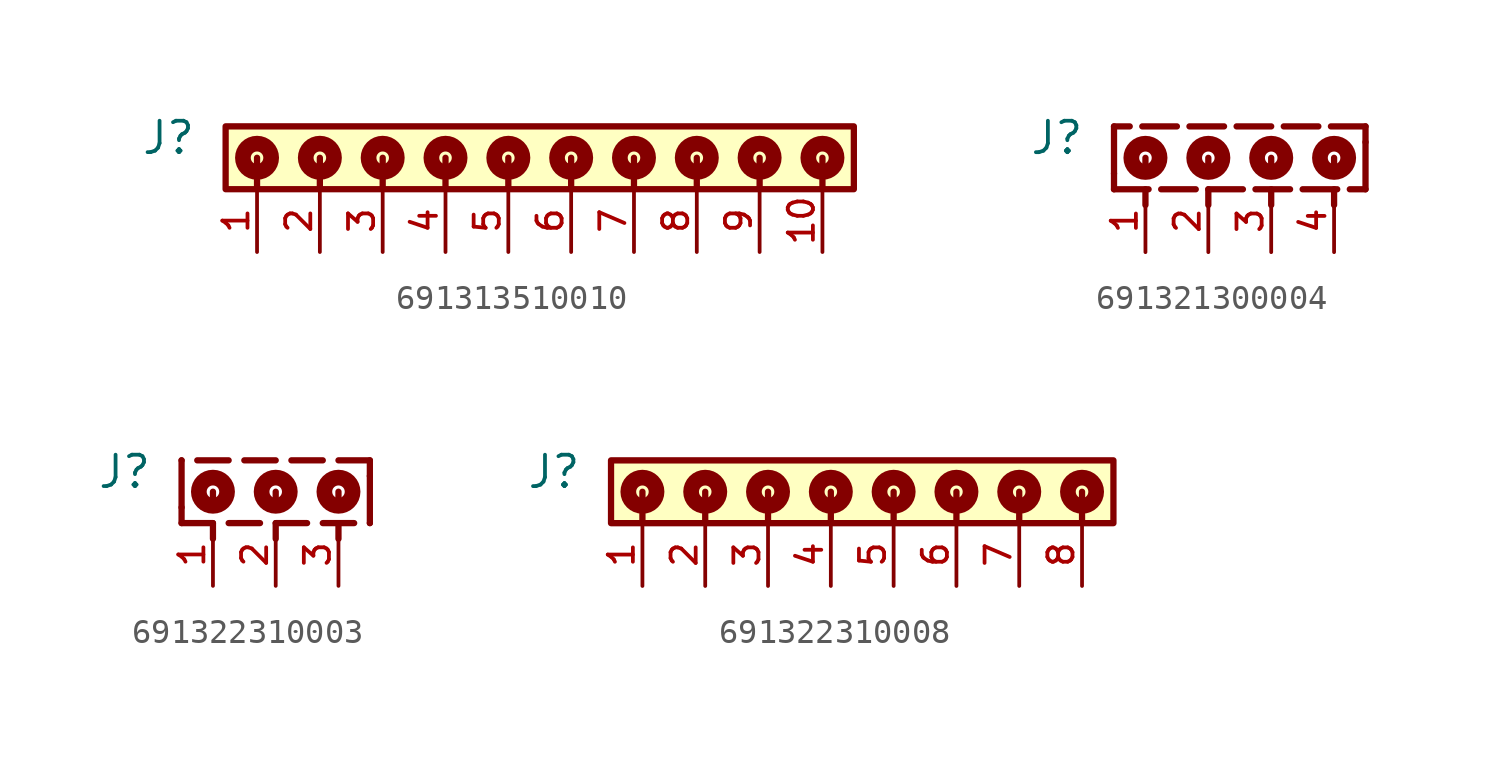
<source format=kicad_sym>
(kicad_symbol_lib
  (version 20241209)
  (generator "kicad_symbol_editor")
  (generator_version "9.0")
  (symbol "691313510010"
    (pin_names
      (offset 1.016))
    (property "Reference" "J"
      (at -12.61 -1.205 0)
      (effects (font (size 1.27 1.27)) (justify right bottom)))
    (symbol "691313510010_0_0"
      (rectangle (start -11.43 -2.54) (end 13.97 0) (stroke (width 0.254) (type default)) (fill (type background)))
      (circle (center -10.16 -1.27) (radius 0.254) (stroke (width 0.635) (type default)) (fill (type none)))
      (polyline (pts (xy -10.16 -1.27) (xy -10.16 -2.54)) (stroke (width 0.254) (type default)) (fill (type none)))
      (circle (center -7.62 -1.27) (radius 0.254) (stroke (width 0.635) (type default)) (fill (type none)))
      (polyline (pts (xy -7.62 -1.27) (xy -7.62 -2.54)) (stroke (width 0.254) (type default)) (fill (type none)))
      (circle (center -5.08 -1.27) (radius 0.254) (stroke (width 0.635) (type default)) (fill (type none)))
      (polyline (pts (xy -5.08 -1.27) (xy -5.08 -2.54)) (stroke (width 0.254) (type default)) (fill (type none)))
      (circle (center -2.54 -1.27) (radius 0.254) (stroke (width 0.635) (type default)) (fill (type none)))
      (polyline (pts (xy -2.54 -1.27) (xy -2.54 -2.54)) (stroke (width 0.254) (type default)) (fill (type none)))
      (polyline (pts (xy 0 -1.27) (xy 0 -2.54)) (stroke (width 0.254) (type default)) (fill (type none)))
      (circle (center 0 -1.27) (radius 0.254) (stroke (width 0.635) (type default)) (fill (type none)))
      (polyline (pts (xy 2.54 -1.27) (xy 2.54 -2.54)) (stroke (width 0.254) (type default)) (fill (type none)))
      (circle (center 2.54 -1.27) (radius 0.254) (stroke (width 0.635) (type default)) (fill (type none)))
      (polyline (pts (xy 5.08 -1.27) (xy 5.08 -2.54)) (stroke (width 0.254) (type default)) (fill (type none)))
      (circle (center 5.08 -1.27) (radius 0.254) (stroke (width 0.635) (type default)) (fill (type none)))
      (polyline (pts (xy 7.62 -1.27) (xy 7.62 -2.54)) (stroke (width 0.254) (type default)) (fill (type none)))
      (circle (center 7.62 -1.27) (radius 0.254) (stroke (width 0.635) (type default)) (fill (type none)))
      (polyline (pts (xy 10.16 -1.27) (xy 10.16 -2.54)) (stroke (width 0.254) (type default)) (fill (type none)))
      (circle (center 10.16 -1.27) (radius 0.254) (stroke (width 0.635) (type default)) (fill (type none)))
      (polyline (pts (xy 12.7 -1.27) (xy 12.7 -2.54)) (stroke (width 0.254) (type default)) (fill (type none)))
      (circle (center 12.7 -1.27) (radius 0.254) (stroke (width 0.635) (type default)) (fill (type none)))
      (pin passive line (at -10.16 -5.08 90) (length 2.54) (name "~" (effects (font (size 1.016 1.016)))) (number "1" (effects (font (size 1.016 1.016)))))
      (pin passive line (at -7.62 -5.08 90) (length 2.54) (name "~" (effects (font (size 1.016 1.016)))) (number "2" (effects (font (size 1.016 1.016)))))
      (pin passive line (at -5.08 -5.08 90) (length 2.54) (name "~" (effects (font (size 1.016 1.016)))) (number "3" (effects (font (size 1.016 1.016)))))
      (pin passive line (at -2.54 -5.08 90) (length 2.54) (name "~" (effects (font (size 1.016 1.016)))) (number "4" (effects (font (size 1.016 1.016)))))
      (pin passive line (at 0 -5.08 90) (length 2.54) (name "~" (effects (font (size 1.016 1.016)))) (number "5" (effects (font (size 1.016 1.016)))))
      (pin passive line (at 2.54 -5.08 90) (length 2.54) (name "~" (effects (font (size 1.016 1.016)))) (number "6" (effects (font (size 1.016 1.016)))))
      (pin passive line (at 5.08 -5.08 90) (length 2.54) (name "~" (effects (font (size 1.016 1.016)))) (number "7" (effects (font (size 1.016 1.016)))))
      (pin passive line (at 7.62 -5.08 90) (length 2.54) (name "~" (effects (font (size 1.016 1.016)))) (number "8" (effects (font (size 1.016 1.016)))))
      (pin passive line (at 10.16 -5.08 90) (length 2.54) (name "~" (effects (font (size 1.016 1.016)))) (number "9" (effects (font (size 1.016 1.016)))))
      (pin passive line (at 12.7 -5.08 90) (length 2.54) (name "~" (effects (font (size 1.016 1.016)))) (number "10" (effects (font (size 1.016 1.016)))))))
  (symbol "691321300004"
    (pin_names
      (offset 1.016))
    (property "Reference" "J"
      (at -7.53 -1.205 0)
      (effects (font (size 1.27 1.27)) (justify right bottom)))
    (symbol "691321300004_0_0"
      (polyline (pts (xy -6.35 0) (xy -6.35 -1.905)) (stroke (width 0.254) (type default)) (fill (type none)))
      (polyline (pts (xy -6.35 -1.905) (xy -6.35 -2.54)) (stroke (width 0.254) (type default)) (fill (type none)))
      (polyline (pts (xy -6.35 -2.54) (xy -4.953 -2.54)) (stroke (width 0.254) (type default)) (fill (type none)))
      (polyline (pts (xy -5.715 0) (xy -6.35 0)) (stroke (width 0.254) (type default)) (fill (type none)))
      (circle (center -5.08 -1.27) (radius 0.254) (stroke (width 0.635) (type default)) (fill (type none)))
      (polyline (pts (xy -5.08 -1.27) (xy -5.08 -1.905)) (stroke (width 0.254) (type default)) (fill (type none)))
      (polyline (pts (xy -5.08 -3.175) (xy -5.08 -2.54)) (stroke (width 0.254) (type default)) (fill (type none)))
      (polyline (pts (xy -4.445 -2.54) (xy -3.048 -2.54)) (stroke (width 0.254) (type default)) (fill (type none)))
      (polyline (pts (xy -3.81 0) (xy -5.207 0)) (stroke (width 0.254) (type default)) (fill (type none)))
      (circle (center -2.54 -1.27) (radius 0.254) (stroke (width 0.635) (type default)) (fill (type none)))
      (polyline (pts (xy -2.54 -1.27) (xy -2.54 -1.905)) (stroke (width 0.254) (type default)) (fill (type none)))
      (polyline (pts (xy -2.54 -2.54) (xy -1.143 -2.54)) (stroke (width 0.254) (type default)) (fill (type none)))
      (polyline (pts (xy -2.54 -3.175) (xy -2.54 -2.54)) (stroke (width 0.254) (type default)) (fill (type none)))
      (polyline (pts (xy -1.905 0) (xy -3.302 0)) (stroke (width 0.254) (type default)) (fill (type none)))
      (polyline (pts (xy -0.635 -2.54) (xy 0.762 -2.54)) (stroke (width 0.254) (type default)) (fill (type none)))
      (polyline (pts (xy 0 0) (xy -1.397 0)) (stroke (width 0.254) (type default)) (fill (type none)))
      (polyline (pts (xy 0 -1.27) (xy 0 -1.905)) (stroke (width 0.254) (type default)) (fill (type none)))
      (circle (center 0 -1.27) (radius 0.254) (stroke (width 0.635) (type default)) (fill (type none)))
      (polyline (pts (xy 0 -3.175) (xy 0 -2.54)) (stroke (width 0.254) (type default)) (fill (type none)))
      (polyline (pts (xy 1.27 -2.54) (xy 2.667 -2.54)) (stroke (width 0.254) (type default)) (fill (type none)))
      (polyline (pts (xy 1.905 0) (xy 0.508 0)) (stroke (width 0.254) (type default)) (fill (type none)))
      (polyline (pts (xy 2.54 -1.27) (xy 2.54 -1.905)) (stroke (width 0.254) (type default)) (fill (type none)))
      (circle (center 2.54 -1.27) (radius 0.254) (stroke (width 0.635) (type default)) (fill (type none)))
      (polyline (pts (xy 2.54 -3.175) (xy 2.54 -2.54)) (stroke (width 0.254) (type default)) (fill (type none)))
      (polyline (pts (xy 3.175 -2.54) (xy 3.81 -2.54)) (stroke (width 0.254) (type default)) (fill (type none)))
      (polyline (pts (xy 3.81 0) (xy 2.413 0)) (stroke (width 0.254) (type default)) (fill (type none)))
      (polyline (pts (xy 3.81 -0.635) (xy 3.81 0)) (stroke (width 0.254) (type default)) (fill (type none)))
      (polyline (pts (xy 3.81 -2.54) (xy 3.81 -0.635)) (stroke (width 0.254) (type default)) (fill (type none)))
      (pin passive line (at -5.08 -5.08 90) (length 2.54) (name "~" (effects (font (size 1.016 1.016)))) (number "1" (effects (font (size 1.016 1.016)))))
      (pin passive line (at -2.54 -5.08 90) (length 2.54) (name "~" (effects (font (size 1.016 1.016)))) (number "2" (effects (font (size 1.016 1.016)))))
      (pin passive line (at 0 -5.08 90) (length 2.54) (name "~" (effects (font (size 1.016 1.016)))) (number "3" (effects (font (size 1.016 1.016)))))
      (pin passive line (at 2.54 -5.08 90) (length 2.54) (name "~" (effects (font (size 1.016 1.016)))) (number "4" (effects (font (size 1.016 1.016)))))))
  (symbol "691322310003"
    (pin_names
      (offset 1.016))
    (property "Reference" "J"
      (at -4.99 -1.205 0)
      (effects (font (size 1.27 1.27)) (justify right bottom)))
    (symbol "691322310003_0_0"
      (polyline (pts (xy -3.81 0) (xy -3.81 0)) (stroke (width 0.254) (type default)) (fill (type none)))
      (polyline (pts (xy -3.81 0) (xy -3.81 -1.905)) (stroke (width 0.254) (type default)) (fill (type none)))
      (polyline (pts (xy -3.81 -1.905) (xy -3.81 -2.54)) (stroke (width 0.254) (type default)) (fill (type none)))
      (polyline (pts (xy -3.81 -2.54) (xy -2.54 -2.54)) (stroke (width 0.254) (type default)) (fill (type none)))
      (circle (center -2.54 -1.27) (radius 0.254) (stroke (width 0.635) (type default)) (fill (type none)))
      (polyline (pts (xy -2.54 -1.27) (xy -2.54 -1.905)) (stroke (width 0.254) (type default)) (fill (type none)))
      (polyline (pts (xy -2.54 -3.175) (xy -2.54 -2.54)) (stroke (width 0.254) (type default)) (fill (type none)))
      (polyline (pts (xy -1.905 0) (xy -3.175 0)) (stroke (width 0.254) (type default)) (fill (type none)))
      (polyline (pts (xy -1.905 -2.54) (xy -0.635 -2.54)) (stroke (width 0.254) (type default)) (fill (type none)))
      (polyline (pts (xy 0 0) (xy -1.27 0)) (stroke (width 0.254) (type default)) (fill (type none)))
      (polyline (pts (xy 0 -1.27) (xy 0 -1.905)) (stroke (width 0.254) (type default)) (fill (type none)))
      (circle (center 0 -1.27) (radius 0.254) (stroke (width 0.635) (type default)) (fill (type none)))
      (polyline (pts (xy 0 -2.54) (xy 1.27 -2.54)) (stroke (width 0.254) (type default)) (fill (type none)))
      (polyline (pts (xy 0 -3.175) (xy 0 -2.54)) (stroke (width 0.254) (type default)) (fill (type none)))
      (polyline (pts (xy 1.905 0) (xy 0.635 0)) (stroke (width 0.254) (type default)) (fill (type none)))
      (polyline (pts (xy 1.905 -2.54) (xy 3.175 -2.54)) (stroke (width 0.254) (type default)) (fill (type none)))
      (polyline (pts (xy 2.54 -1.27) (xy 2.54 -1.905)) (stroke (width 0.254) (type default)) (fill (type none)))
      (circle (center 2.54 -1.27) (radius 0.254) (stroke (width 0.635) (type default)) (fill (type none)))
      (polyline (pts (xy 2.54 -3.175) (xy 2.54 -2.54)) (stroke (width 0.254) (type default)) (fill (type none)))
      (polyline (pts (xy 3.81 0) (xy 2.54 0)) (stroke (width 0.254) (type default)) (fill (type none)))
      (polyline (pts (xy 3.81 -0.635) (xy 3.81 0)) (stroke (width 0.254) (type default)) (fill (type none)))
      (polyline (pts (xy 3.81 -2.54) (xy 3.81 -0.635)) (stroke (width 0.254) (type default)) (fill (type none)))
      (polyline (pts (xy 3.81 -2.54) (xy 3.81 -2.54)) (stroke (width 0.254) (type default)) (fill (type none)))
      (pin passive line (at -2.54 -5.08 90) (length 2.54) (name "~" (effects (font (size 1.016 1.016)))) (number "1" (effects (font (size 1.016 1.016)))))
      (pin passive line (at 0 -5.08 90) (length 2.54) (name "~" (effects (font (size 1.016 1.016)))) (number "2" (effects (font (size 1.016 1.016)))))
      (pin passive line (at 2.54 -5.08 90) (length 2.54) (name "~" (effects (font (size 1.016 1.016)))) (number "3" (effects (font (size 1.016 1.016)))))))
  (symbol "691322310008"
    (pin_names
      (offset 1.016))
    (property "Reference" "J"
      (at -10.07 -1.205 0)
      (effects (font (size 1.27 1.27)) (justify right bottom)))
    (symbol "691322310008_0_0"
      (rectangle (start -8.89 -2.54) (end 11.43 0) (stroke (width 0.254) (type default)) (fill (type background)))
      (circle (center -7.62 -1.27) (radius 0.254) (stroke (width 0.635) (type default)) (fill (type none)))
      (polyline (pts (xy -7.62 -1.27) (xy -7.62 -2.54)) (stroke (width 0.254) (type default)) (fill (type none)))
      (circle (center -5.08 -1.27) (radius 0.254) (stroke (width 0.635) (type default)) (fill (type none)))
      (polyline (pts (xy -5.08 -1.27) (xy -5.08 -2.54)) (stroke (width 0.254) (type default)) (fill (type none)))
      (circle (center -2.54 -1.27) (radius 0.254) (stroke (width 0.635) (type default)) (fill (type none)))
      (polyline (pts (xy -2.54 -1.27) (xy -2.54 -2.54)) (stroke (width 0.254) (type default)) (fill (type none)))
      (polyline (pts (xy 0 -1.27) (xy 0 -2.54)) (stroke (width 0.254) (type default)) (fill (type none)))
      (circle (center 0 -1.27) (radius 0.254) (stroke (width 0.635) (type default)) (fill (type none)))
      (polyline (pts (xy 2.54 -1.27) (xy 2.54 -2.54)) (stroke (width 0.254) (type default)) (fill (type none)))
      (circle (center 2.54 -1.27) (radius 0.254) (stroke (width 0.635) (type default)) (fill (type none)))
      (polyline (pts (xy 5.08 -1.27) (xy 5.08 -2.54)) (stroke (width 0.254) (type default)) (fill (type none)))
      (circle (center 5.08 -1.27) (radius 0.254) (stroke (width 0.635) (type default)) (fill (type none)))
      (polyline (pts (xy 7.62 -1.27) (xy 7.62 -2.54)) (stroke (width 0.254) (type default)) (fill (type none)))
      (circle (center 7.62 -1.27) (radius 0.254) (stroke (width 0.635) (type default)) (fill (type none)))
      (polyline (pts (xy 10.16 -1.27) (xy 10.16 -2.54)) (stroke (width 0.254) (type default)) (fill (type none)))
      (circle (center 10.16 -1.27) (radius 0.254) (stroke (width 0.635) (type default)) (fill (type none)))
      (pin passive line (at -7.62 -5.08 90) (length 2.54) (name "~" (effects (font (size 1.016 1.016)))) (number "1" (effects (font (size 1.016 1.016)))))
      (pin passive line (at -5.08 -5.08 90) (length 2.54) (name "~" (effects (font (size 1.016 1.016)))) (number "2" (effects (font (size 1.016 1.016)))))
      (pin passive line (at -2.54 -5.08 90) (length 2.54) (name "~" (effects (font (size 1.016 1.016)))) (number "3" (effects (font (size 1.016 1.016)))))
      (pin passive line (at 0 -5.08 90) (length 2.54) (name "~" (effects (font (size 1.016 1.016)))) (number "4" (effects (font (size 1.016 1.016)))))
      (pin passive line (at 2.54 -5.08 90) (length 2.54) (name "~" (effects (font (size 1.016 1.016)))) (number "5" (effects (font (size 1.016 1.016)))))
      (pin passive line (at 5.08 -5.08 90) (length 2.54) (name "~" (effects (font (size 1.016 1.016)))) (number "6" (effects (font (size 1.016 1.016)))))
      (pin passive line (at 7.62 -5.08 90) (length 2.54) (name "~" (effects (font (size 1.016 1.016)))) (number "7" (effects (font (size 1.016 1.016)))))
      (pin passive line (at 10.16 -5.08 90) (length 2.54) (name "~" (effects (font (size 1.016 1.016)))) (number "8" (effects (font (size 1.016 1.016))))))))
</source>
